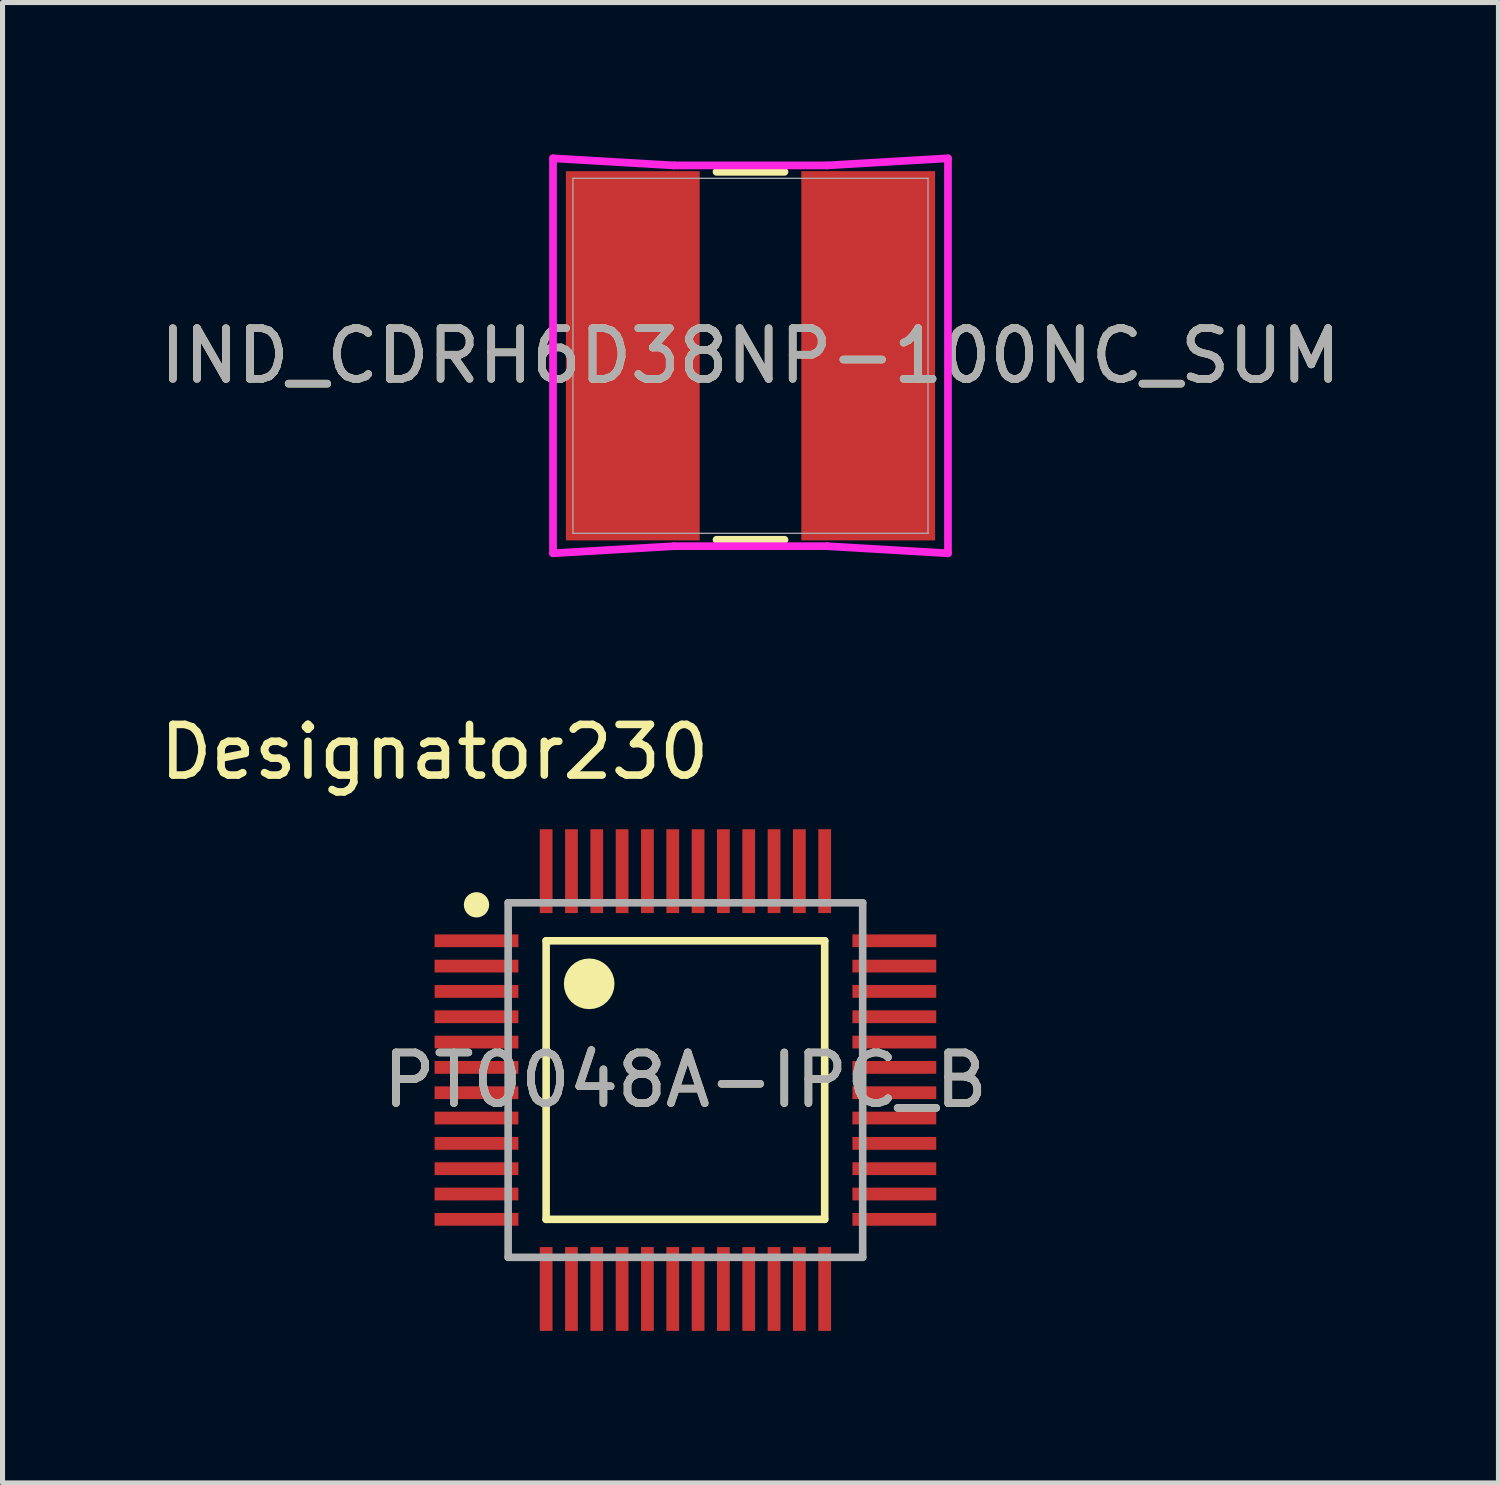
<source format=kicad_pcb>
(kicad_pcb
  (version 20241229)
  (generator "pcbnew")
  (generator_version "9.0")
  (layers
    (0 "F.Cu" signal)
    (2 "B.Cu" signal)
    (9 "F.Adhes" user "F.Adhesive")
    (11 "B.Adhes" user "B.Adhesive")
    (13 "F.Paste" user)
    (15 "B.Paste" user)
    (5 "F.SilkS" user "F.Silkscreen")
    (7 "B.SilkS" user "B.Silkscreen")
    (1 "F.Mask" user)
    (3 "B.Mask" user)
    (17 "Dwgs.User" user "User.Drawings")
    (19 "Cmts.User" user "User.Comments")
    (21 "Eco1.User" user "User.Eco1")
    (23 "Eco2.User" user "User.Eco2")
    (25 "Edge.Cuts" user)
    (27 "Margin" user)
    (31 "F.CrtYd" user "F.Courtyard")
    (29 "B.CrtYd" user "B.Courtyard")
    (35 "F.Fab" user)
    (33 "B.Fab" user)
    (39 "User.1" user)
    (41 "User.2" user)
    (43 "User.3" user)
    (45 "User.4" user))
  (footprint "PT0048A-IPC_B"
    (layer "F.Cu")
    (at 10.483 18.275)
    (property "Reference" "PT0048A-IPC_B" (at 0 0 0) (unlocked yes) (layer "F.SilkS") (effects (font (size 1 1) (thickness 0.15))))
    (attr smd)
    (fp_line (start -2.75 -2.75) (end 2.75 -2.75) (stroke (width 0.15) (type solid)) (layer "F.SilkS"))
    (fp_line (start -2.75 2.75) (end -2.75 -2.75) (stroke (width 0.15) (type solid)) (layer "F.SilkS"))
    (fp_line (start -2.75 2.75) (end 2.75 2.75) (stroke (width 0.15) (type solid)) (layer "F.SilkS"))
    (fp_line (start 2.75 2.75) (end 2.75 -2.75) (stroke (width 0.15) (type solid)) (layer "F.SilkS"))
    (fp_circle (center -4.125 -3.46) (end -4 -3.46) (stroke (width 0.25) (type solid)) (fill no) (layer "F.SilkS"))
    (fp_circle (center -1.9 -1.9) (end -1.65 -1.9) (stroke (width 0.5) (type solid)) (fill no) (layer "F.SilkS"))
    (fp_line (start -3.5 -3.5) (end 3.5 -3.5) (stroke (width 0.15) (type solid)) (layer "F.Fab"))
    (fp_line (start -3.5 3.5) (end -3.5 -3.5) (stroke (width 0.15) (type solid)) (layer "F.Fab"))
    (fp_line (start -3.5 3.5) (end 3.5 3.5) (stroke (width 0.15) (type solid)) (layer "F.Fab"))
    (fp_line (start 3.5 3.5) (end 3.5 -3.5) (stroke (width 0.15) (type solid)) (layer "F.Fab"))
    (fp_text user "Designator230" (at -4.953 -6.477 0) (unlocked yes) (layer "F.SilkS") (effects (font (size 1 1) (thickness 0.15))))
    (fp_text user "${REFERENCE}" (at 0 0 0) (unlocked yes) (layer "F.Fab") (effects (font (size 1 1) (thickness 0.15))))
    (pad "1" smd rect (at -4.125 -2.75 90) (size 0.252 1.655) (layers "F.Cu" "F.Mask" "F.Paste"))
    (pad "2" smd rect (at -4.125 -2.25 90) (size 0.252 1.655) (layers "F.Cu" "F.Mask" "F.Paste"))
    (pad "3" smd rect (at -4.125 -1.75 90) (size 0.252 1.655) (layers "F.Cu" "F.Mask" "F.Paste"))
    (pad "4" smd rect (at -4.125 -1.25 90) (size 0.252 1.655) (layers "F.Cu" "F.Mask" "F.Paste"))
    (pad "5" smd rect (at -4.125 -0.75 90) (size 0.252 1.655) (layers "F.Cu" "F.Mask" "F.Paste"))
    (pad "6" smd rect (at -4.125 -0.25 90) (size 0.252 1.655) (layers "F.Cu" "F.Mask" "F.Paste"))
    (pad "7" smd rect (at -4.125 0.25 90) (size 0.252 1.655) (layers "F.Cu" "F.Mask" "F.Paste"))
    (pad "8" smd rect (at -4.125 0.75 90) (size 0.252 1.655) (layers "F.Cu" "F.Mask" "F.Paste"))
    (pad "9" smd rect (at -4.125 1.25 90) (size 0.252 1.655) (layers "F.Cu" "F.Mask" "F.Paste"))
    (pad "10" smd rect (at -4.125 1.75 90) (size 0.252 1.655) (layers "F.Cu" "F.Mask" "F.Paste"))
    (pad "11" smd rect (at -4.125 2.25 90) (size 0.252 1.655) (layers "F.Cu" "F.Mask" "F.Paste"))
    (pad "12" smd rect (at -4.125 2.75 90) (size 0.252 1.655) (layers "F.Cu" "F.Mask" "F.Paste"))
    (pad "13" smd rect (at -2.75 4.125) (size 0.252 1.655) (layers "F.Cu" "F.Mask" "F.Paste"))
    (pad "14" smd rect (at -2.25 4.125) (size 0.252 1.655) (layers "F.Cu" "F.Mask" "F.Paste"))
    (pad "15" smd rect (at -1.75 4.125) (size 0.252 1.655) (layers "F.Cu" "F.Mask" "F.Paste"))
    (pad "16" smd rect (at -1.25 4.125) (size 0.252 1.655) (layers "F.Cu" "F.Mask" "F.Paste"))
    (pad "17" smd rect (at -0.75 4.125) (size 0.252 1.655) (layers "F.Cu" "F.Mask" "F.Paste"))
    (pad "18" smd rect (at -0.25 4.125) (size 0.252 1.655) (layers "F.Cu" "F.Mask" "F.Paste"))
    (pad "19" smd rect (at 0.25 4.125) (size 0.252 1.655) (layers "F.Cu" "F.Mask" "F.Paste"))
    (pad "20" smd rect (at 0.75 4.125) (size 0.252 1.655) (layers "F.Cu" "F.Mask" "F.Paste"))
    (pad "21" smd rect (at 1.25 4.125) (size 0.252 1.655) (layers "F.Cu" "F.Mask" "F.Paste"))
    (pad "22" smd rect (at 1.75 4.125) (size 0.252 1.655) (layers "F.Cu" "F.Mask" "F.Paste"))
    (pad "23" smd rect (at 2.25 4.125) (size 0.252 1.655) (layers "F.Cu" "F.Mask" "F.Paste"))
    (pad "24" smd rect (at 2.75 4.125) (size 0.252 1.655) (layers "F.Cu" "F.Mask" "F.Paste"))
    (pad "25" smd rect (at 4.125 2.75 90) (size 0.252 1.655) (layers "F.Cu" "F.Mask" "F.Paste"))
    (pad "26" smd rect (at 4.125 2.25 90) (size 0.252 1.655) (layers "F.Cu" "F.Mask" "F.Paste"))
    (pad "27" smd rect (at 4.125 1.75 90) (size 0.252 1.655) (layers "F.Cu" "F.Mask" "F.Paste"))
    (pad "28" smd rect (at 4.125 1.25 90) (size 0.252 1.655) (layers "F.Cu" "F.Mask" "F.Paste"))
    (pad "29" smd rect (at 4.125 0.75 90) (size 0.252 1.655) (layers "F.Cu" "F.Mask" "F.Paste"))
    (pad "30" smd rect (at 4.125 0.25 90) (size 0.252 1.655) (layers "F.Cu" "F.Mask" "F.Paste"))
    (pad "31" smd rect (at 4.125 -0.25 90) (size 0.252 1.655) (layers "F.Cu" "F.Mask" "F.Paste"))
    (pad "32" smd rect (at 4.125 -0.75 90) (size 0.252 1.655) (layers "F.Cu" "F.Mask" "F.Paste"))
    (pad "33" smd rect (at 4.125 -1.25 90) (size 0.252 1.655) (layers "F.Cu" "F.Mask" "F.Paste"))
    (pad "34" smd rect (at 4.125 -1.75 90) (size 0.252 1.655) (layers "F.Cu" "F.Mask" "F.Paste"))
    (pad "35" smd rect (at 4.125 -2.25 90) (size 0.252 1.655) (layers "F.Cu" "F.Mask" "F.Paste"))
    (pad "36" smd rect (at 4.125 -2.75 90) (size 0.252 1.655) (layers "F.Cu" "F.Mask" "F.Paste"))
    (pad "37" smd rect (at 2.75 -4.125) (size 0.252 1.655) (layers "F.Cu" "F.Mask" "F.Paste"))
    (pad "38" smd rect (at 2.25 -4.125) (size 0.252 1.655) (layers "F.Cu" "F.Mask" "F.Paste"))
    (pad "39" smd rect (at 1.75 -4.125) (size 0.252 1.655) (layers "F.Cu" "F.Mask" "F.Paste"))
    (pad "40" smd rect (at 1.25 -4.125) (size 0.252 1.655) (layers "F.Cu" "F.Mask" "F.Paste"))
    (pad "41" smd rect (at 0.75 -4.125) (size 0.252 1.655) (layers "F.Cu" "F.Mask" "F.Paste"))
    (pad "42" smd rect (at 0.25 -4.125) (size 0.252 1.655) (layers "F.Cu" "F.Mask" "F.Paste"))
    (pad "43" smd rect (at -0.25 -4.125) (size 0.252 1.655) (layers "F.Cu" "F.Mask" "F.Paste"))
    (pad "44" smd rect (at -0.75 -4.125) (size 0.252 1.655) (layers "F.Cu" "F.Mask" "F.Paste"))
    (pad "45" smd rect (at -1.25 -4.125) (size 0.252 1.655) (layers "F.Cu" "F.Mask" "F.Paste"))
    (pad "46" smd rect (at -1.75 -4.125) (size 0.252 1.655) (layers "F.Cu" "F.Mask" "F.Paste"))
    (pad "47" smd rect (at -2.25 -4.125) (size 0.252 1.655) (layers "F.Cu" "F.Mask" "F.Paste"))
    (pad "48" smd rect (at -2.75 -4.125) (size 0.252 1.655) (layers "F.Cu" "F.Mask" "F.Paste")))
  (footprint "IND_CDRH6D38NP-100NC_SUM"
    (layer "F.Cu")
    (at 11.768 3.975)
    (property "Reference" "IND_CDRH6D38NP-100NC_SUM" (at 0 0 0) (unlocked yes) (layer "F.SilkS") (effects (font (size 1 1) (thickness 0.15))))
    (attr smd)
    (fp_line (start -0.671 -3.632) (end 0.671 -3.632) (stroke (width 0.152) (type solid)) (layer "F.SilkS"))
    (fp_line (start 0.671 3.632) (end -0.671 3.632) (stroke (width 0.152) (type solid)) (layer "F.SilkS"))
    (fp_line (start -3.899 -3.899) (end -1.511 -3.759) (stroke (width 0.152) (type solid)) (layer "F.CrtYd"))
    (fp_line (start -3.899 3.899) (end -3.899 -3.899) (stroke (width 0.152) (type solid)) (layer "F.CrtYd"))
    (fp_line (start -1.511 -3.759) (end 1.511 -3.759) (stroke (width 0.152) (type solid)) (layer "F.CrtYd"))
    (fp_line (start -1.511 3.759) (end -3.899 3.899) (stroke (width 0.152) (type solid)) (layer "F.CrtYd"))
    (fp_line (start 1.511 -3.759) (end 3.899 -3.899) (stroke (width 0.152) (type solid)) (layer "F.CrtYd"))
    (fp_line (start 1.511 3.759) (end -1.511 3.759) (stroke (width 0.152) (type solid)) (layer "F.CrtYd"))
    (fp_line (start 3.899 -3.899) (end 3.899 3.899) (stroke (width 0.152) (type solid)) (layer "F.CrtYd"))
    (fp_line (start 3.899 3.899) (end 1.511 3.759) (stroke (width 0.152) (type solid)) (layer "F.CrtYd"))
    (fp_line (start -3.505 -3.505) (end -3.505 -3.505) (stroke (width 0.025) (type solid)) (layer "F.Fab"))
    (fp_line (start -3.505 -3.505) (end 3.505 -3.505) (stroke (width 0.025) (type solid)) (layer "F.Fab"))
    (fp_line (start -3.505 3.505) (end -3.505 -3.505) (stroke (width 0.025) (type solid)) (layer "F.Fab"))
    (fp_line (start -3.505 3.505) (end -3.505 3.505) (stroke (width 0.025) (type solid)) (layer "F.Fab"))
    (fp_line (start 3.505 -3.505) (end 3.505 -3.505) (stroke (width 0.025) (type solid)) (layer "F.Fab"))
    (fp_line (start 3.505 -3.505) (end 3.505 3.505) (stroke (width 0.025) (type solid)) (layer "F.Fab"))
    (fp_line (start 3.505 3.505) (end -3.505 3.505) (stroke (width 0.025) (type solid)) (layer "F.Fab"))
    (fp_line (start 3.505 3.505) (end 3.505 3.505) (stroke (width 0.025) (type solid)) (layer "F.Fab"))
    (fp_circle (center -3.124 0) (end -3.124 0) (stroke (width 0.025) (type solid)) (fill no) (layer "F.Fab"))
    (fp_text user "${REFERENCE}" (at 0 0 0) (unlocked yes) (layer "F.Fab") (effects (font (size 1 1) (thickness 0.15))))
    (pad "1" smd rect (at -2.324 0) (size 2.642 7.29) (layers "F.Cu" "F.Mask" "F.Paste"))
    (pad "2" smd rect (at 2.324 0) (size 2.642 7.29) (layers "F.Cu" "F.Mask" "F.Paste"))
    (zone (net_name "") (layer "F.Cu") (hatch full 0.508) (connect_pads) (min_thickness 0.254) (filled_areas_thickness no) (keepout (tracks not_allowed) (vias not_allowed) (pads allowed) (copperpour not_allowed) (footprints allowed)) (placement (enabled no)) (fill) (polygon (pts (xy 10.815 0.381) (xy 12.72 0.381) (xy 12.72 7.569) (xy 10.815 7.569)))))
  (gr_rect
    (start -3 -3)
    (end 26.536 26.229)
    (stroke (width 0.1) (type default))
    (fill no)
    (layer "Edge.Cuts")))
</source>
